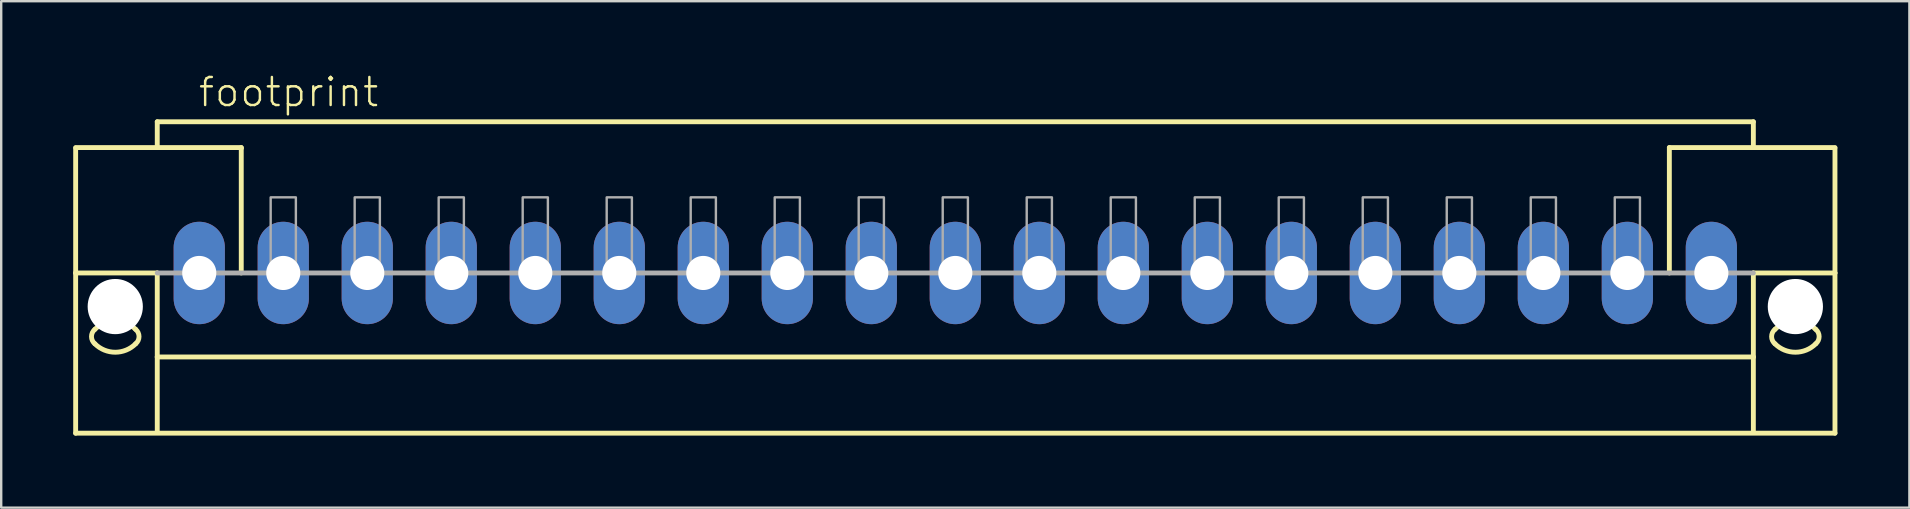
<source format=kicad_pcb>
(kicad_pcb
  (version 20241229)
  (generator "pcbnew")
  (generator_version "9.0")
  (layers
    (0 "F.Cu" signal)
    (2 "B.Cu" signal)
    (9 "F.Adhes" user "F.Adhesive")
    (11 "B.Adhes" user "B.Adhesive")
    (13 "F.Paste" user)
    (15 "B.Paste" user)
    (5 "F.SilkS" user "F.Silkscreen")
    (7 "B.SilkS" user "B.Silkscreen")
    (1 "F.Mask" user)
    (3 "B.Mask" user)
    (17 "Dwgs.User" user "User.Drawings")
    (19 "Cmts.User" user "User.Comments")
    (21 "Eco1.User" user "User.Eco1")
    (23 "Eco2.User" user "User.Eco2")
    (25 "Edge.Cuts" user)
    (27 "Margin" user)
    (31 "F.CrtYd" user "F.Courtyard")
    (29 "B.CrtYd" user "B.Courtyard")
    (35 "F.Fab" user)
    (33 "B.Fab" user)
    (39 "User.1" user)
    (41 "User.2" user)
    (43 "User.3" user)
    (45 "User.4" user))
  (footprint "footprint"
    (layer "F.Cu")
    (at 36.752 8.323)
    (property "Reference" "footprint" (at -31.6 -6.85 0) (layer "F.SilkS") (effects (font (size 1.168 1.168) (thickness 0.102)) (justify left bottom)))
    (fp_line (start -36.65 -5.225) (end -29.75 -5.225) (stroke (width 0.203) (type solid)) (layer "F.SilkS"))
    (fp_line (start -36.65 -5.2) (end -36.65 0) (stroke (width 0.203) (type solid)) (layer "F.SilkS"))
    (fp_line (start -36.65 0) (end -36.65 6.675) (stroke (width 0.203) (type solid)) (layer "F.SilkS"))
    (fp_line (start -36.65 0) (end -33.25 0) (stroke (width 0.203) (type solid)) (layer "F.SilkS"))
    (fp_line (start -36.65 6.675) (end 36.65 6.675) (stroke (width 0.203) (type solid)) (layer "F.SilkS"))
    (fp_line (start -33.25 -6.3) (end 33.25 -6.3) (stroke (width 0.203) (type solid)) (layer "F.SilkS"))
    (fp_line (start -33.25 -5.3) (end -33.25 -6.3) (stroke (width 0.203) (type solid)) (layer "F.SilkS"))
    (fp_line (start -33.25 0) (end -33.25 3.5) (stroke (width 0.203) (type solid)) (layer "F.SilkS"))
    (fp_line (start -33.25 3.5) (end 33.25 3.5) (stroke (width 0.203) (type solid)) (layer "F.SilkS"))
    (fp_line (start -33.25 6.65) (end -33.25 3.5) (stroke (width 0.203) (type solid)) (layer "F.SilkS"))
    (fp_line (start -29.75 -5.225) (end -29.75 -5.2) (stroke (width 0.203) (type solid)) (layer "F.SilkS"))
    (fp_line (start -29.75 -5.175) (end -29.75 0) (stroke (width 0.203) (type solid)) (layer "F.SilkS"))
    (fp_line (start 29.75 -5.225) (end 36.65 -5.225) (stroke (width 0.203) (type solid)) (layer "F.SilkS"))
    (fp_line (start 29.75 -5.2) (end 29.75 -5.225) (stroke (width 0.203) (type solid)) (layer "F.SilkS"))
    (fp_line (start 29.75 0) (end 29.75 -5.175) (stroke (width 0.203) (type solid)) (layer "F.SilkS"))
    (fp_line (start 33.25 -6.3) (end 33.25 -5.3) (stroke (width 0.203) (type solid)) (layer "F.SilkS"))
    (fp_line (start 33.25 3.5) (end 33.25 0) (stroke (width 0.203) (type solid)) (layer "F.SilkS"))
    (fp_line (start 33.25 6.65) (end 33.25 3.5) (stroke (width 0.203) (type solid)) (layer "F.SilkS"))
    (fp_line (start 36.65 0) (end 33.25 0) (stroke (width 0.203) (type solid)) (layer "F.SilkS"))
    (fp_line (start 36.65 0) (end 36.65 -5.2) (stroke (width 0.203) (type solid)) (layer "F.SilkS"))
    (fp_line (start 36.65 6.675) (end 36.65 0) (stroke (width 0.203) (type solid)) (layer "F.SilkS"))
    (fp_arc (start -35.85 2.35) (mid -35 1.997918) (end -34.15 2.35) (stroke (width 0.2032) (type solid)) (layer "F.SilkS"))
    (fp_arc (start -35.85 2.95) (mid -35.990512 2.65) (end -35.85 2.35) (stroke (width 0.2032) (type solid)) (layer "F.SilkS"))
    (fp_arc (start -34.15 2.95) (mid -35 3.302082) (end -35.85 2.95) (stroke (width 0.2032) (type solid)) (layer "F.SilkS"))
    (fp_arc (start -34.149999 2.350001) (mid -34.009487 2.650001) (end -34.15 2.95) (stroke (width 0.2032) (type solid)) (layer "F.SilkS"))
    (fp_arc (start 34.149999 2.949999) (mid 34.009487 2.649999) (end 34.15 2.35) (stroke (width 0.2032) (type solid)) (layer "F.SilkS"))
    (fp_arc (start 34.15 2.35) (mid 35 1.997918) (end 35.85 2.35) (stroke (width 0.2032) (type solid)) (layer "F.SilkS"))
    (fp_arc (start 35.85 2.35) (mid 35.990512 2.65) (end 35.85 2.95) (stroke (width 0.2032) (type solid)) (layer "F.SilkS"))
    (fp_arc (start 35.85 2.95) (mid 35 3.302082) (end 34.15 2.95) (stroke (width 0.2032) (type solid)) (layer "F.SilkS"))
    (fp_line (start 33.25 0) (end -33.25 0) (stroke (width 0.203) (type solid)) (layer "F.Fab"))
    (fp_poly (pts (xy -28.525 0) (xy -27.475 0) (xy -27.475 -3.15) (xy -28.525 -3.15)) (stroke (width 0.1) (type solid)) (fill no) (layer "F.Fab"))
    (fp_poly (pts (xy -25.025 0) (xy -23.975 0) (xy -23.975 -3.15) (xy -25.025 -3.15)) (stroke (width 0.1) (type solid)) (fill no) (layer "F.Fab"))
    (fp_poly (pts (xy -21.525 0) (xy -20.475 0) (xy -20.475 -3.15) (xy -21.525 -3.15)) (stroke (width 0.1) (type solid)) (fill no) (layer "F.Fab"))
    (fp_poly (pts (xy -18.025 0) (xy -16.975 0) (xy -16.975 -3.15) (xy -18.025 -3.15)) (stroke (width 0.1) (type solid)) (fill no) (layer "F.Fab"))
    (fp_poly (pts (xy -14.525 0) (xy -13.475 0) (xy -13.475 -3.15) (xy -14.525 -3.15)) (stroke (width 0.1) (type solid)) (fill no) (layer "F.Fab"))
    (fp_poly (pts (xy -11.025 0) (xy -9.975 0) (xy -9.975 -3.15) (xy -11.025 -3.15)) (stroke (width 0.1) (type solid)) (fill no) (layer "F.Fab"))
    (fp_poly (pts (xy -7.525 0) (xy -6.475 0) (xy -6.475 -3.15) (xy -7.525 -3.15)) (stroke (width 0.1) (type solid)) (fill no) (layer "F.Fab"))
    (fp_poly (pts (xy -4.025 0) (xy -2.975 0) (xy -2.975 -3.15) (xy -4.025 -3.15)) (stroke (width 0.1) (type solid)) (fill no) (layer "F.Fab"))
    (fp_poly (pts (xy -0.525 0) (xy 0.525 0) (xy 0.525 -3.15) (xy -0.525 -3.15)) (stroke (width 0.1) (type solid)) (fill no) (layer "F.Fab"))
    (fp_poly (pts (xy 2.975 0) (xy 4.025 0) (xy 4.025 -3.15) (xy 2.975 -3.15)) (stroke (width 0.1) (type solid)) (fill no) (layer "F.Fab"))
    (fp_poly (pts (xy 6.475 0) (xy 7.525 0) (xy 7.525 -3.15) (xy 6.475 -3.15)) (stroke (width 0.1) (type solid)) (fill no) (layer "F.Fab"))
    (fp_poly (pts (xy 9.975 0) (xy 11.025 0) (xy 11.025 -3.15) (xy 9.975 -3.15)) (stroke (width 0.1) (type solid)) (fill no) (layer "F.Fab"))
    (fp_poly (pts (xy 13.475 0) (xy 14.525 0) (xy 14.525 -3.15) (xy 13.475 -3.15)) (stroke (width 0.1) (type solid)) (fill no) (layer "F.Fab"))
    (fp_poly (pts (xy 16.975 0) (xy 18.025 0) (xy 18.025 -3.15) (xy 16.975 -3.15)) (stroke (width 0.1) (type solid)) (fill no) (layer "F.Fab"))
    (fp_poly (pts (xy 20.475 0) (xy 21.525 0) (xy 21.525 -3.15) (xy 20.475 -3.15)) (stroke (width 0.1) (type solid)) (fill no) (layer "F.Fab"))
    (fp_poly (pts (xy 23.975 0) (xy 25.025 0) (xy 25.025 -3.15) (xy 23.975 -3.15)) (stroke (width 0.1) (type solid)) (fill no) (layer "F.Fab"))
    (fp_poly (pts (xy 27.475 0) (xy 28.525 0) (xy 28.525 -3.15) (xy 27.475 -3.15)) (stroke (width 0.1) (type solid)) (fill no) (layer "F.Fab"))
    (pad "" np_thru_hole circle (at -35 1.4) (size 2.3 2.3) (drill 2.3) (layers "*.Cu" "*.Mask"))
    (pad "" np_thru_hole circle (at 35 1.4) (size 2.3 2.3) (drill 2.3) (layers "*.Cu" "*.Mask"))
    (pad "1" thru_hole oval (at -31.5 0 90) (size 4.267 2.134) (drill 1.422) (layers "*.Cu" "*.Mask"))
    (pad "2" thru_hole oval (at -28 0 90) (size 4.267 2.134) (drill 1.422) (layers "*.Cu" "*.Mask"))
    (pad "3" thru_hole oval (at -24.5 0 90) (size 4.267 2.134) (drill 1.422) (layers "*.Cu" "*.Mask"))
    (pad "4" thru_hole oval (at -21 0 90) (size 4.267 2.134) (drill 1.422) (layers "*.Cu" "*.Mask"))
    (pad "5" thru_hole oval (at -17.5 0 90) (size 4.267 2.134) (drill 1.422) (layers "*.Cu" "*.Mask"))
    (pad "6" thru_hole oval (at -14 0 90) (size 4.267 2.134) (drill 1.422) (layers "*.Cu" "*.Mask"))
    (pad "7" thru_hole oval (at -10.5 0 90) (size 4.267 2.134) (drill 1.422) (layers "*.Cu" "*.Mask"))
    (pad "8" thru_hole oval (at -7 0 90) (size 4.267 2.134) (drill 1.422) (layers "*.Cu" "*.Mask"))
    (pad "9" thru_hole oval (at -3.5 0 90) (size 4.267 2.134) (drill 1.422) (layers "*.Cu" "*.Mask"))
    (pad "10" thru_hole oval (at 0 0 90) (size 4.267 2.134) (drill 1.422) (layers "*.Cu" "*.Mask"))
    (pad "11" thru_hole oval (at 3.5 0 90) (size 4.267 2.134) (drill 1.422) (layers "*.Cu" "*.Mask"))
    (pad "12" thru_hole oval (at 7 0 90) (size 4.267 2.134) (drill 1.422) (layers "*.Cu" "*.Mask"))
    (pad "13" thru_hole oval (at 10.5 0 90) (size 4.267 2.134) (drill 1.422) (layers "*.Cu" "*.Mask"))
    (pad "14" thru_hole oval (at 14 0 90) (size 4.267 2.134) (drill 1.422) (layers "*.Cu" "*.Mask"))
    (pad "15" thru_hole oval (at 17.5 0 90) (size 4.267 2.134) (drill 1.422) (layers "*.Cu" "*.Mask"))
    (pad "16" thru_hole oval (at 21 0 90) (size 4.267 2.134) (drill 1.422) (layers "*.Cu" "*.Mask"))
    (pad "17" thru_hole oval (at 24.5 0 90) (size 4.267 2.134) (drill 1.422) (layers "*.Cu" "*.Mask"))
    (pad "18" thru_hole oval (at 28 0 90) (size 4.267 2.134) (drill 1.422) (layers "*.Cu" "*.Mask"))
    (pad "19" thru_hole oval (at 31.5 0 90) (size 4.267 2.134) (drill 1.422) (layers "*.Cu" "*.Mask")))
  (gr_rect
    (start -3 -3)
    (end 76.503 18.1)
    (stroke (width 0.1) (type default))
    (fill no)
    (layer "Edge.Cuts")))
</source>
